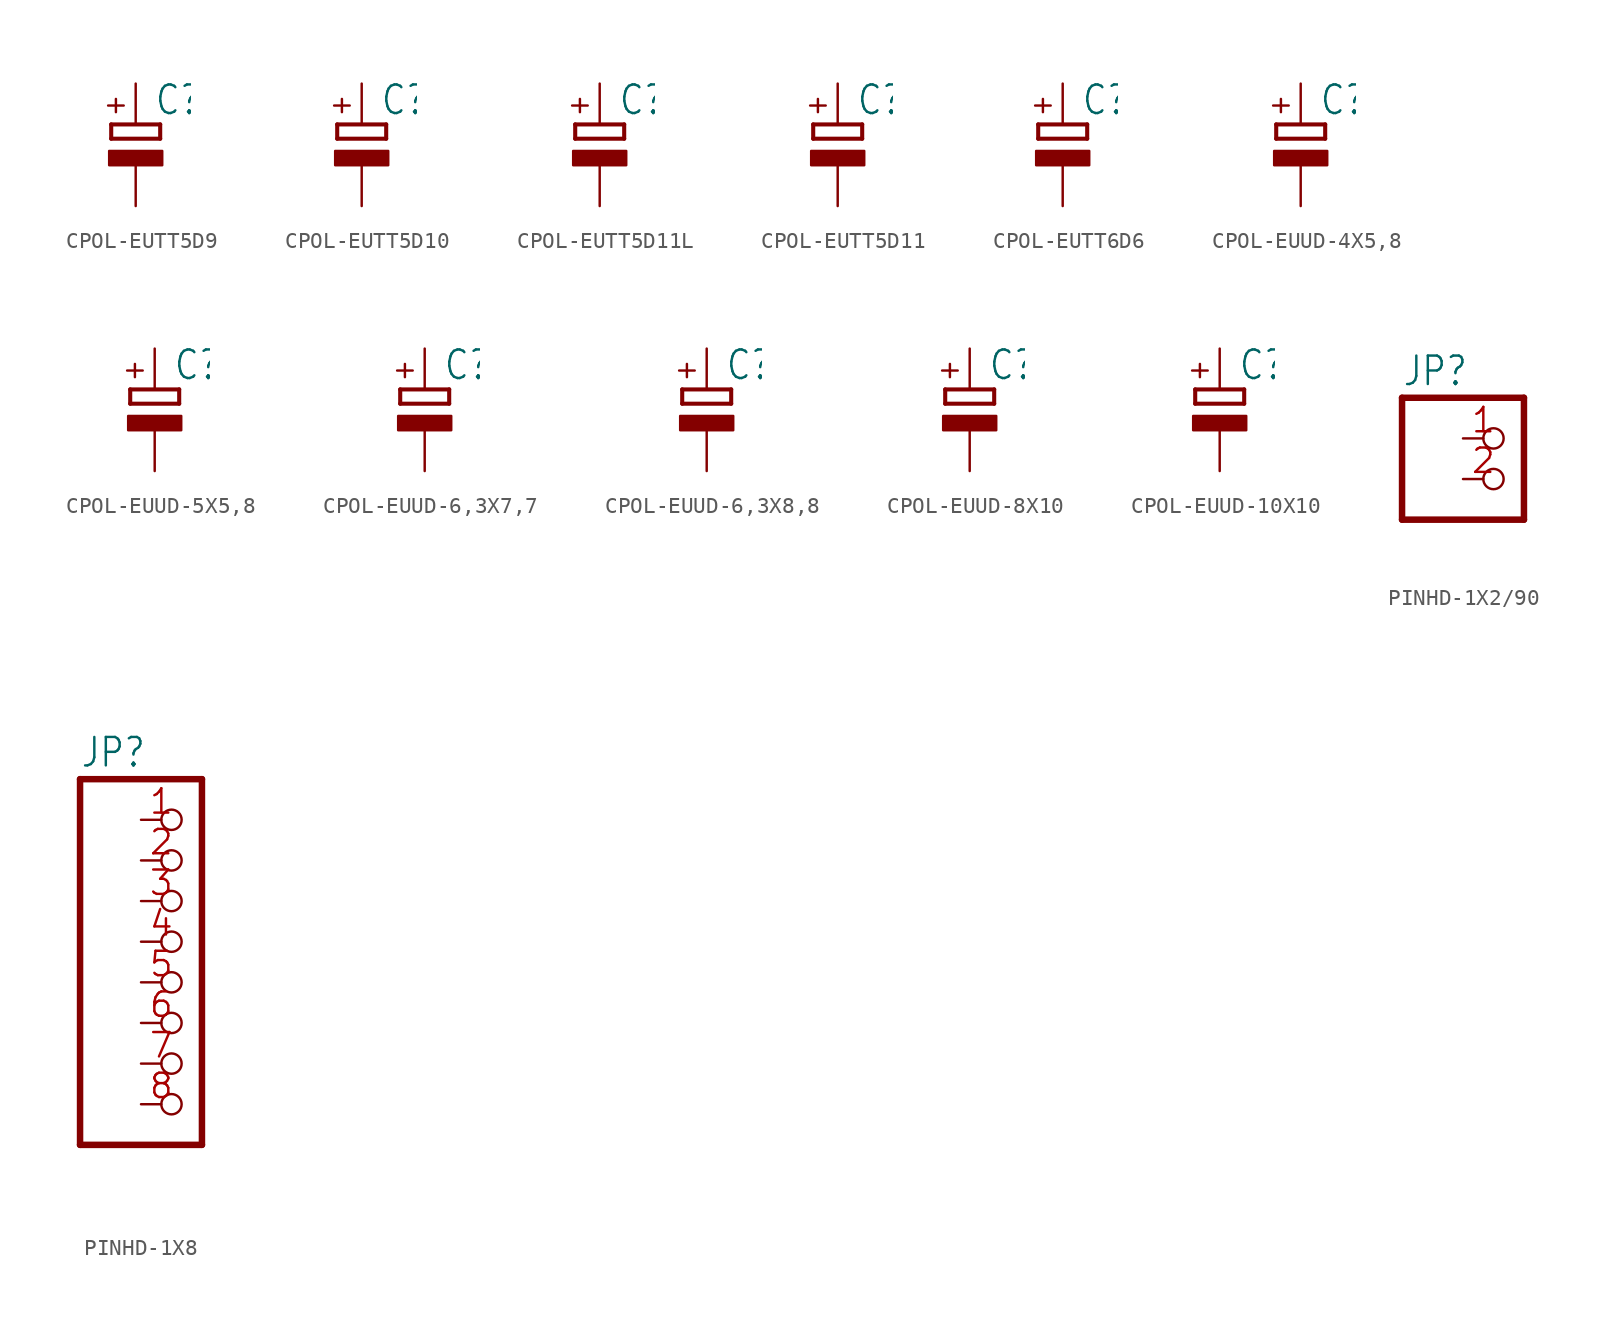
<source format=kicad_sym>
(kicad_symbol_lib
  (version 20241209)
  (generator "kicad_symbol_editor")
  (generator_version "9.0")
  (symbol "CPOL-EUTT5D9"
    (property "Reference" "C"
      (at 1.143 0.483 0)
      (effects (font (size 1.778 1.511)) (justify left bottom)))
    (property "Value" ""
      (at 1.143 -4.597 0)
      (effects (font (size 1.778 1.511)) (justify left bottom)))
    (property "ki_locked" ""
      (at 0 0 0)
      (effects (font (size 1.27 1.27))))
    (symbol "CPOL-EUTT5D9_1_0"
      (rectangle (start -1.651 -2.54) (end 1.651 -1.651) (stroke (width 0) (type default)) (fill (type outline)))
      (polyline (pts (xy -1.524 0) (xy -1.524 -0.889)) (stroke (width 0.254) (type solid)) (fill (type none)))
      (polyline (pts (xy -1.524 0) (xy 1.524 0)) (stroke (width 0.254) (type solid)) (fill (type none)))
      (polyline (pts (xy -1.524 -0.889) (xy 1.524 -0.889)) (stroke (width 0.254) (type solid)) (fill (type none)))
      (polyline (pts (xy 1.524 -0.889) (xy 1.524 0)) (stroke (width 0.254) (type solid)) (fill (type none)))
      (text "+" (at -0.584 0.406 900) (effects (font (size 1.27 1.079)) (justify left bottom)))
      (pin passive line (at 0 2.54 270) (length 2.54) (name "+" (effects (font (size 0 0)))) (number "+" (effects (font (size 0 0)))))
      (pin passive line (at 0 -5.08 90) (length 2.54) (name "-" (effects (font (size 0 0)))) (number "-" (effects (font (size 0 0)))))))
  (symbol "CPOL-EUTT5D10"
    (property "Reference" "C"
      (at 1.143 0.483 0)
      (effects (font (size 1.778 1.511)) (justify left bottom)))
    (property "Value" ""
      (at 1.143 -4.597 0)
      (effects (font (size 1.778 1.511)) (justify left bottom)))
    (property "ki_locked" ""
      (at 0 0 0)
      (effects (font (size 1.27 1.27))))
    (symbol "CPOL-EUTT5D10_1_0"
      (rectangle (start -1.651 -2.54) (end 1.651 -1.651) (stroke (width 0) (type default)) (fill (type outline)))
      (polyline (pts (xy -1.524 0) (xy -1.524 -0.889)) (stroke (width 0.254) (type solid)) (fill (type none)))
      (polyline (pts (xy -1.524 0) (xy 1.524 0)) (stroke (width 0.254) (type solid)) (fill (type none)))
      (polyline (pts (xy -1.524 -0.889) (xy 1.524 -0.889)) (stroke (width 0.254) (type solid)) (fill (type none)))
      (polyline (pts (xy 1.524 -0.889) (xy 1.524 0)) (stroke (width 0.254) (type solid)) (fill (type none)))
      (text "+" (at -0.584 0.406 900) (effects (font (size 1.27 1.079)) (justify left bottom)))
      (pin passive line (at 0 2.54 270) (length 2.54) (name "+" (effects (font (size 0 0)))) (number "+" (effects (font (size 0 0)))))
      (pin passive line (at 0 -5.08 90) (length 2.54) (name "-" (effects (font (size 0 0)))) (number "-" (effects (font (size 0 0)))))))
  (symbol "CPOL-EUTT5D11L"
    (property "Reference" "C"
      (at 1.143 0.483 0)
      (effects (font (size 1.778 1.511)) (justify left bottom)))
    (property "Value" ""
      (at 1.143 -4.597 0)
      (effects (font (size 1.778 1.511)) (justify left bottom)))
    (property "ki_locked" ""
      (at 0 0 0)
      (effects (font (size 1.27 1.27))))
    (symbol "CPOL-EUTT5D11L_1_0"
      (rectangle (start -1.651 -2.54) (end 1.651 -1.651) (stroke (width 0) (type default)) (fill (type outline)))
      (polyline (pts (xy -1.524 0) (xy -1.524 -0.889)) (stroke (width 0.254) (type solid)) (fill (type none)))
      (polyline (pts (xy -1.524 0) (xy 1.524 0)) (stroke (width 0.254) (type solid)) (fill (type none)))
      (polyline (pts (xy -1.524 -0.889) (xy 1.524 -0.889)) (stroke (width 0.254) (type solid)) (fill (type none)))
      (polyline (pts (xy 1.524 -0.889) (xy 1.524 0)) (stroke (width 0.254) (type solid)) (fill (type none)))
      (text "+" (at -0.584 0.406 900) (effects (font (size 1.27 1.079)) (justify left bottom)))
      (pin passive line (at 0 2.54 270) (length 2.54) (name "+" (effects (font (size 0 0)))) (number "+" (effects (font (size 0 0)))))
      (pin passive line (at 0 -5.08 90) (length 2.54) (name "-" (effects (font (size 0 0)))) (number "-" (effects (font (size 0 0)))))))
  (symbol "CPOL-EUTT5D11"
    (property "Reference" "C"
      (at 1.143 0.483 0)
      (effects (font (size 1.778 1.511)) (justify left bottom)))
    (property "Value" ""
      (at 1.143 -4.597 0)
      (effects (font (size 1.778 1.511)) (justify left bottom)))
    (property "ki_locked" ""
      (at 0 0 0)
      (effects (font (size 1.27 1.27))))
    (symbol "CPOL-EUTT5D11_1_0"
      (rectangle (start -1.651 -2.54) (end 1.651 -1.651) (stroke (width 0) (type default)) (fill (type outline)))
      (polyline (pts (xy -1.524 0) (xy -1.524 -0.889)) (stroke (width 0.254) (type solid)) (fill (type none)))
      (polyline (pts (xy -1.524 0) (xy 1.524 0)) (stroke (width 0.254) (type solid)) (fill (type none)))
      (polyline (pts (xy -1.524 -0.889) (xy 1.524 -0.889)) (stroke (width 0.254) (type solid)) (fill (type none)))
      (polyline (pts (xy 1.524 -0.889) (xy 1.524 0)) (stroke (width 0.254) (type solid)) (fill (type none)))
      (text "+" (at -0.584 0.406 900) (effects (font (size 1.27 1.079)) (justify left bottom)))
      (pin passive line (at 0 2.54 270) (length 2.54) (name "+" (effects (font (size 0 0)))) (number "+" (effects (font (size 0 0)))))
      (pin passive line (at 0 -5.08 90) (length 2.54) (name "-" (effects (font (size 0 0)))) (number "-" (effects (font (size 0 0)))))))
  (symbol "CPOL-EUTT6D6"
    (property "Reference" "C"
      (at 1.143 0.483 0)
      (effects (font (size 1.778 1.511)) (justify left bottom)))
    (property "Value" ""
      (at 1.143 -4.597 0)
      (effects (font (size 1.778 1.511)) (justify left bottom)))
    (property "ki_locked" ""
      (at 0 0 0)
      (effects (font (size 1.27 1.27))))
    (symbol "CPOL-EUTT6D6_1_0"
      (rectangle (start -1.651 -2.54) (end 1.651 -1.651) (stroke (width 0) (type default)) (fill (type outline)))
      (polyline (pts (xy -1.524 0) (xy -1.524 -0.889)) (stroke (width 0.254) (type solid)) (fill (type none)))
      (polyline (pts (xy -1.524 0) (xy 1.524 0)) (stroke (width 0.254) (type solid)) (fill (type none)))
      (polyline (pts (xy -1.524 -0.889) (xy 1.524 -0.889)) (stroke (width 0.254) (type solid)) (fill (type none)))
      (polyline (pts (xy 1.524 -0.889) (xy 1.524 0)) (stroke (width 0.254) (type solid)) (fill (type none)))
      (text "+" (at -0.584 0.406 900) (effects (font (size 1.27 1.079)) (justify left bottom)))
      (pin passive line (at 0 2.54 270) (length 2.54) (name "+" (effects (font (size 0 0)))) (number "+" (effects (font (size 0 0)))))
      (pin passive line (at 0 -5.08 90) (length 2.54) (name "-" (effects (font (size 0 0)))) (number "-" (effects (font (size 0 0)))))))
  (symbol "CPOL-EUUD-4X5,8"
    (property "Reference" "C"
      (at 1.143 0.483 0)
      (effects (font (size 1.778 1.511)) (justify left bottom)))
    (property "Value" ""
      (at 1.143 -4.597 0)
      (effects (font (size 1.778 1.511)) (justify left bottom)))
    (property "ki_locked" ""
      (at 0 0 0)
      (effects (font (size 1.27 1.27))))
    (symbol "CPOL-EUUD-4X5,8_1_0"
      (rectangle (start -1.651 -2.54) (end 1.651 -1.651) (stroke (width 0) (type default)) (fill (type outline)))
      (polyline (pts (xy -1.524 0) (xy -1.524 -0.889)) (stroke (width 0.254) (type solid)) (fill (type none)))
      (polyline (pts (xy -1.524 0) (xy 1.524 0)) (stroke (width 0.254) (type solid)) (fill (type none)))
      (polyline (pts (xy -1.524 -0.889) (xy 1.524 -0.889)) (stroke (width 0.254) (type solid)) (fill (type none)))
      (polyline (pts (xy 1.524 -0.889) (xy 1.524 0)) (stroke (width 0.254) (type solid)) (fill (type none)))
      (text "+" (at -0.584 0.406 900) (effects (font (size 1.27 1.079)) (justify left bottom)))
      (pin passive line (at 0 2.54 270) (length 2.54) (name "+" (effects (font (size 0 0)))) (number "+" (effects (font (size 0 0)))))
      (pin passive line (at 0 -5.08 90) (length 2.54) (name "-" (effects (font (size 0 0)))) (number "-" (effects (font (size 0 0)))))))
  (symbol "CPOL-EUUD-5X5,8"
    (property "Reference" "C"
      (at 1.143 0.483 0)
      (effects (font (size 1.778 1.511)) (justify left bottom)))
    (property "Value" ""
      (at 1.143 -4.597 0)
      (effects (font (size 1.778 1.511)) (justify left bottom)))
    (property "ki_locked" ""
      (at 0 0 0)
      (effects (font (size 1.27 1.27))))
    (symbol "CPOL-EUUD-5X5,8_1_0"
      (rectangle (start -1.651 -2.54) (end 1.651 -1.651) (stroke (width 0) (type default)) (fill (type outline)))
      (polyline (pts (xy -1.524 0) (xy -1.524 -0.889)) (stroke (width 0.254) (type solid)) (fill (type none)))
      (polyline (pts (xy -1.524 0) (xy 1.524 0)) (stroke (width 0.254) (type solid)) (fill (type none)))
      (polyline (pts (xy -1.524 -0.889) (xy 1.524 -0.889)) (stroke (width 0.254) (type solid)) (fill (type none)))
      (polyline (pts (xy 1.524 -0.889) (xy 1.524 0)) (stroke (width 0.254) (type solid)) (fill (type none)))
      (text "+" (at -0.584 0.406 900) (effects (font (size 1.27 1.079)) (justify left bottom)))
      (pin passive line (at 0 2.54 270) (length 2.54) (name "+" (effects (font (size 0 0)))) (number "+" (effects (font (size 0 0)))))
      (pin passive line (at 0 -5.08 90) (length 2.54) (name "-" (effects (font (size 0 0)))) (number "-" (effects (font (size 0 0)))))))
  (symbol "CPOL-EUUD-6,3X7,7"
    (property "Reference" "C"
      (at 1.143 0.483 0)
      (effects (font (size 1.778 1.511)) (justify left bottom)))
    (property "Value" ""
      (at 1.143 -4.597 0)
      (effects (font (size 1.778 1.511)) (justify left bottom)))
    (property "ki_locked" ""
      (at 0 0 0)
      (effects (font (size 1.27 1.27))))
    (symbol "CPOL-EUUD-6,3X7,7_1_0"
      (rectangle (start -1.651 -2.54) (end 1.651 -1.651) (stroke (width 0) (type default)) (fill (type outline)))
      (polyline (pts (xy -1.524 0) (xy -1.524 -0.889)) (stroke (width 0.254) (type solid)) (fill (type none)))
      (polyline (pts (xy -1.524 0) (xy 1.524 0)) (stroke (width 0.254) (type solid)) (fill (type none)))
      (polyline (pts (xy -1.524 -0.889) (xy 1.524 -0.889)) (stroke (width 0.254) (type solid)) (fill (type none)))
      (polyline (pts (xy 1.524 -0.889) (xy 1.524 0)) (stroke (width 0.254) (type solid)) (fill (type none)))
      (text "+" (at -0.584 0.406 900) (effects (font (size 1.27 1.079)) (justify left bottom)))
      (pin passive line (at 0 2.54 270) (length 2.54) (name "+" (effects (font (size 0 0)))) (number "+" (effects (font (size 0 0)))))
      (pin passive line (at 0 -5.08 90) (length 2.54) (name "-" (effects (font (size 0 0)))) (number "-" (effects (font (size 0 0)))))))
  (symbol "CPOL-EUUD-6,3X8,8"
    (property "Reference" "C"
      (at 1.143 0.483 0)
      (effects (font (size 1.778 1.511)) (justify left bottom)))
    (property "Value" ""
      (at 1.143 -4.597 0)
      (effects (font (size 1.778 1.511)) (justify left bottom)))
    (property "ki_locked" ""
      (at 0 0 0)
      (effects (font (size 1.27 1.27))))
    (symbol "CPOL-EUUD-6,3X8,8_1_0"
      (rectangle (start -1.651 -2.54) (end 1.651 -1.651) (stroke (width 0) (type default)) (fill (type outline)))
      (polyline (pts (xy -1.524 0) (xy -1.524 -0.889)) (stroke (width 0.254) (type solid)) (fill (type none)))
      (polyline (pts (xy -1.524 0) (xy 1.524 0)) (stroke (width 0.254) (type solid)) (fill (type none)))
      (polyline (pts (xy -1.524 -0.889) (xy 1.524 -0.889)) (stroke (width 0.254) (type solid)) (fill (type none)))
      (polyline (pts (xy 1.524 -0.889) (xy 1.524 0)) (stroke (width 0.254) (type solid)) (fill (type none)))
      (text "+" (at -0.584 0.406 900) (effects (font (size 1.27 1.079)) (justify left bottom)))
      (pin passive line (at 0 2.54 270) (length 2.54) (name "+" (effects (font (size 0 0)))) (number "+" (effects (font (size 0 0)))))
      (pin passive line (at 0 -5.08 90) (length 2.54) (name "-" (effects (font (size 0 0)))) (number "-" (effects (font (size 0 0)))))))
  (symbol "CPOL-EUUD-8X10"
    (property "Reference" "C"
      (at 1.143 0.483 0)
      (effects (font (size 1.778 1.511)) (justify left bottom)))
    (property "Value" ""
      (at 1.143 -4.597 0)
      (effects (font (size 1.778 1.511)) (justify left bottom)))
    (property "ki_locked" ""
      (at 0 0 0)
      (effects (font (size 1.27 1.27))))
    (symbol "CPOL-EUUD-8X10_1_0"
      (rectangle (start -1.651 -2.54) (end 1.651 -1.651) (stroke (width 0) (type default)) (fill (type outline)))
      (polyline (pts (xy -1.524 0) (xy -1.524 -0.889)) (stroke (width 0.254) (type solid)) (fill (type none)))
      (polyline (pts (xy -1.524 0) (xy 1.524 0)) (stroke (width 0.254) (type solid)) (fill (type none)))
      (polyline (pts (xy -1.524 -0.889) (xy 1.524 -0.889)) (stroke (width 0.254) (type solid)) (fill (type none)))
      (polyline (pts (xy 1.524 -0.889) (xy 1.524 0)) (stroke (width 0.254) (type solid)) (fill (type none)))
      (text "+" (at -0.584 0.406 900) (effects (font (size 1.27 1.079)) (justify left bottom)))
      (pin passive line (at 0 2.54 270) (length 2.54) (name "+" (effects (font (size 0 0)))) (number "+" (effects (font (size 0 0)))))
      (pin passive line (at 0 -5.08 90) (length 2.54) (name "-" (effects (font (size 0 0)))) (number "-" (effects (font (size 0 0)))))))
  (symbol "CPOL-EUUD-10X10"
    (property "Reference" "C"
      (at 1.143 0.483 0)
      (effects (font (size 1.778 1.511)) (justify left bottom)))
    (property "Value" ""
      (at 1.143 -4.597 0)
      (effects (font (size 1.778 1.511)) (justify left bottom)))
    (property "ki_locked" ""
      (at 0 0 0)
      (effects (font (size 1.27 1.27))))
    (symbol "CPOL-EUUD-10X10_1_0"
      (rectangle (start -1.651 -2.54) (end 1.651 -1.651) (stroke (width 0) (type default)) (fill (type outline)))
      (polyline (pts (xy -1.524 0) (xy -1.524 -0.889)) (stroke (width 0.254) (type solid)) (fill (type none)))
      (polyline (pts (xy -1.524 0) (xy 1.524 0)) (stroke (width 0.254) (type solid)) (fill (type none)))
      (polyline (pts (xy -1.524 -0.889) (xy 1.524 -0.889)) (stroke (width 0.254) (type solid)) (fill (type none)))
      (polyline (pts (xy 1.524 -0.889) (xy 1.524 0)) (stroke (width 0.254) (type solid)) (fill (type none)))
      (text "+" (at -0.584 0.406 900) (effects (font (size 1.27 1.079)) (justify left bottom)))
      (pin passive line (at 0 2.54 270) (length 2.54) (name "+" (effects (font (size 0 0)))) (number "+" (effects (font (size 0 0)))))
      (pin passive line (at 0 -5.08 90) (length 2.54) (name "-" (effects (font (size 0 0)))) (number "-" (effects (font (size 0 0)))))))
  (symbol "PINHD-1X2/90"
    (property "Reference" "JP"
      (at -6.35 5.715 0)
      (effects (font (size 1.778 1.511)) (justify left bottom)))
    (property "Value" ""
      (at -6.35 -5.08 0)
      (effects (font (size 1.778 1.511)) (justify left bottom)))
    (property "ki_locked" ""
      (at 0 0 0)
      (effects (font (size 1.27 1.27))))
    (symbol "PINHD-1X2/90_1_0"
      (polyline (pts (xy -6.35 5.08) (xy -6.35 -2.54)) (stroke (width 0.406) (type solid)) (fill (type none)))
      (polyline (pts (xy -6.35 -2.54) (xy 1.27 -2.54)) (stroke (width 0.406) (type solid)) (fill (type none)))
      (polyline (pts (xy 1.27 5.08) (xy -6.35 5.08)) (stroke (width 0.406) (type solid)) (fill (type none)))
      (polyline (pts (xy 1.27 -2.54) (xy 1.27 5.08)) (stroke (width 0.406) (type solid)) (fill (type none)))
      (pin passive inverted (at -2.54 2.54 0) (length 2.54) (name "1" (effects (font (size 0 0)))) (number "1" (effects (font (size 1.524 1.524)))))
      (pin passive inverted (at -2.54 0 0) (length 2.54) (name "2" (effects (font (size 0 0)))) (number "2" (effects (font (size 1.524 1.524)))))))
  (symbol "PINHD-1X8"
    (property "Reference" "JP"
      (at -6.35 13.335 0)
      (effects (font (size 1.778 1.511)) (justify left bottom)))
    (property "Value" ""
      (at -6.35 -12.7 0)
      (effects (font (size 1.778 1.511)) (justify left bottom)))
    (property "ki_locked" ""
      (at 0 0 0)
      (effects (font (size 1.27 1.27))))
    (symbol "PINHD-1X8_1_0"
      (polyline (pts (xy -6.35 12.7) (xy -6.35 -10.16)) (stroke (width 0.406) (type solid)) (fill (type none)))
      (polyline (pts (xy -6.35 -10.16) (xy 1.27 -10.16)) (stroke (width 0.406) (type solid)) (fill (type none)))
      (polyline (pts (xy 1.27 12.7) (xy -6.35 12.7)) (stroke (width 0.406) (type solid)) (fill (type none)))
      (polyline (pts (xy 1.27 -10.16) (xy 1.27 12.7)) (stroke (width 0.406) (type solid)) (fill (type none)))
      (pin passive inverted (at -2.54 10.16 0) (length 2.54) (name "1" (effects (font (size 0 0)))) (number "1" (effects (font (size 1.524 1.524)))))
      (pin passive inverted (at -2.54 7.62 0) (length 2.54) (name "2" (effects (font (size 0 0)))) (number "2" (effects (font (size 1.524 1.524)))))
      (pin passive inverted (at -2.54 5.08 0) (length 2.54) (name "3" (effects (font (size 0 0)))) (number "3" (effects (font (size 1.524 1.524)))))
      (pin passive inverted (at -2.54 2.54 0) (length 2.54) (name "4" (effects (font (size 0 0)))) (number "4" (effects (font (size 1.524 1.524)))))
      (pin passive inverted (at -2.54 0 0) (length 2.54) (name "5" (effects (font (size 0 0)))) (number "5" (effects (font (size 1.524 1.524)))))
      (pin passive inverted (at -2.54 -2.54 0) (length 2.54) (name "6" (effects (font (size 0 0)))) (number "6" (effects (font (size 1.524 1.524)))))
      (pin passive inverted (at -2.54 -5.08 0) (length 2.54) (name "7" (effects (font (size 0 0)))) (number "7" (effects (font (size 1.524 1.524)))))
      (pin passive inverted (at -2.54 -7.62 0) (length 2.54) (name "8" (effects (font (size 0 0)))) (number "8" (effects (font (size 1.524 1.524))))))))
</source>
